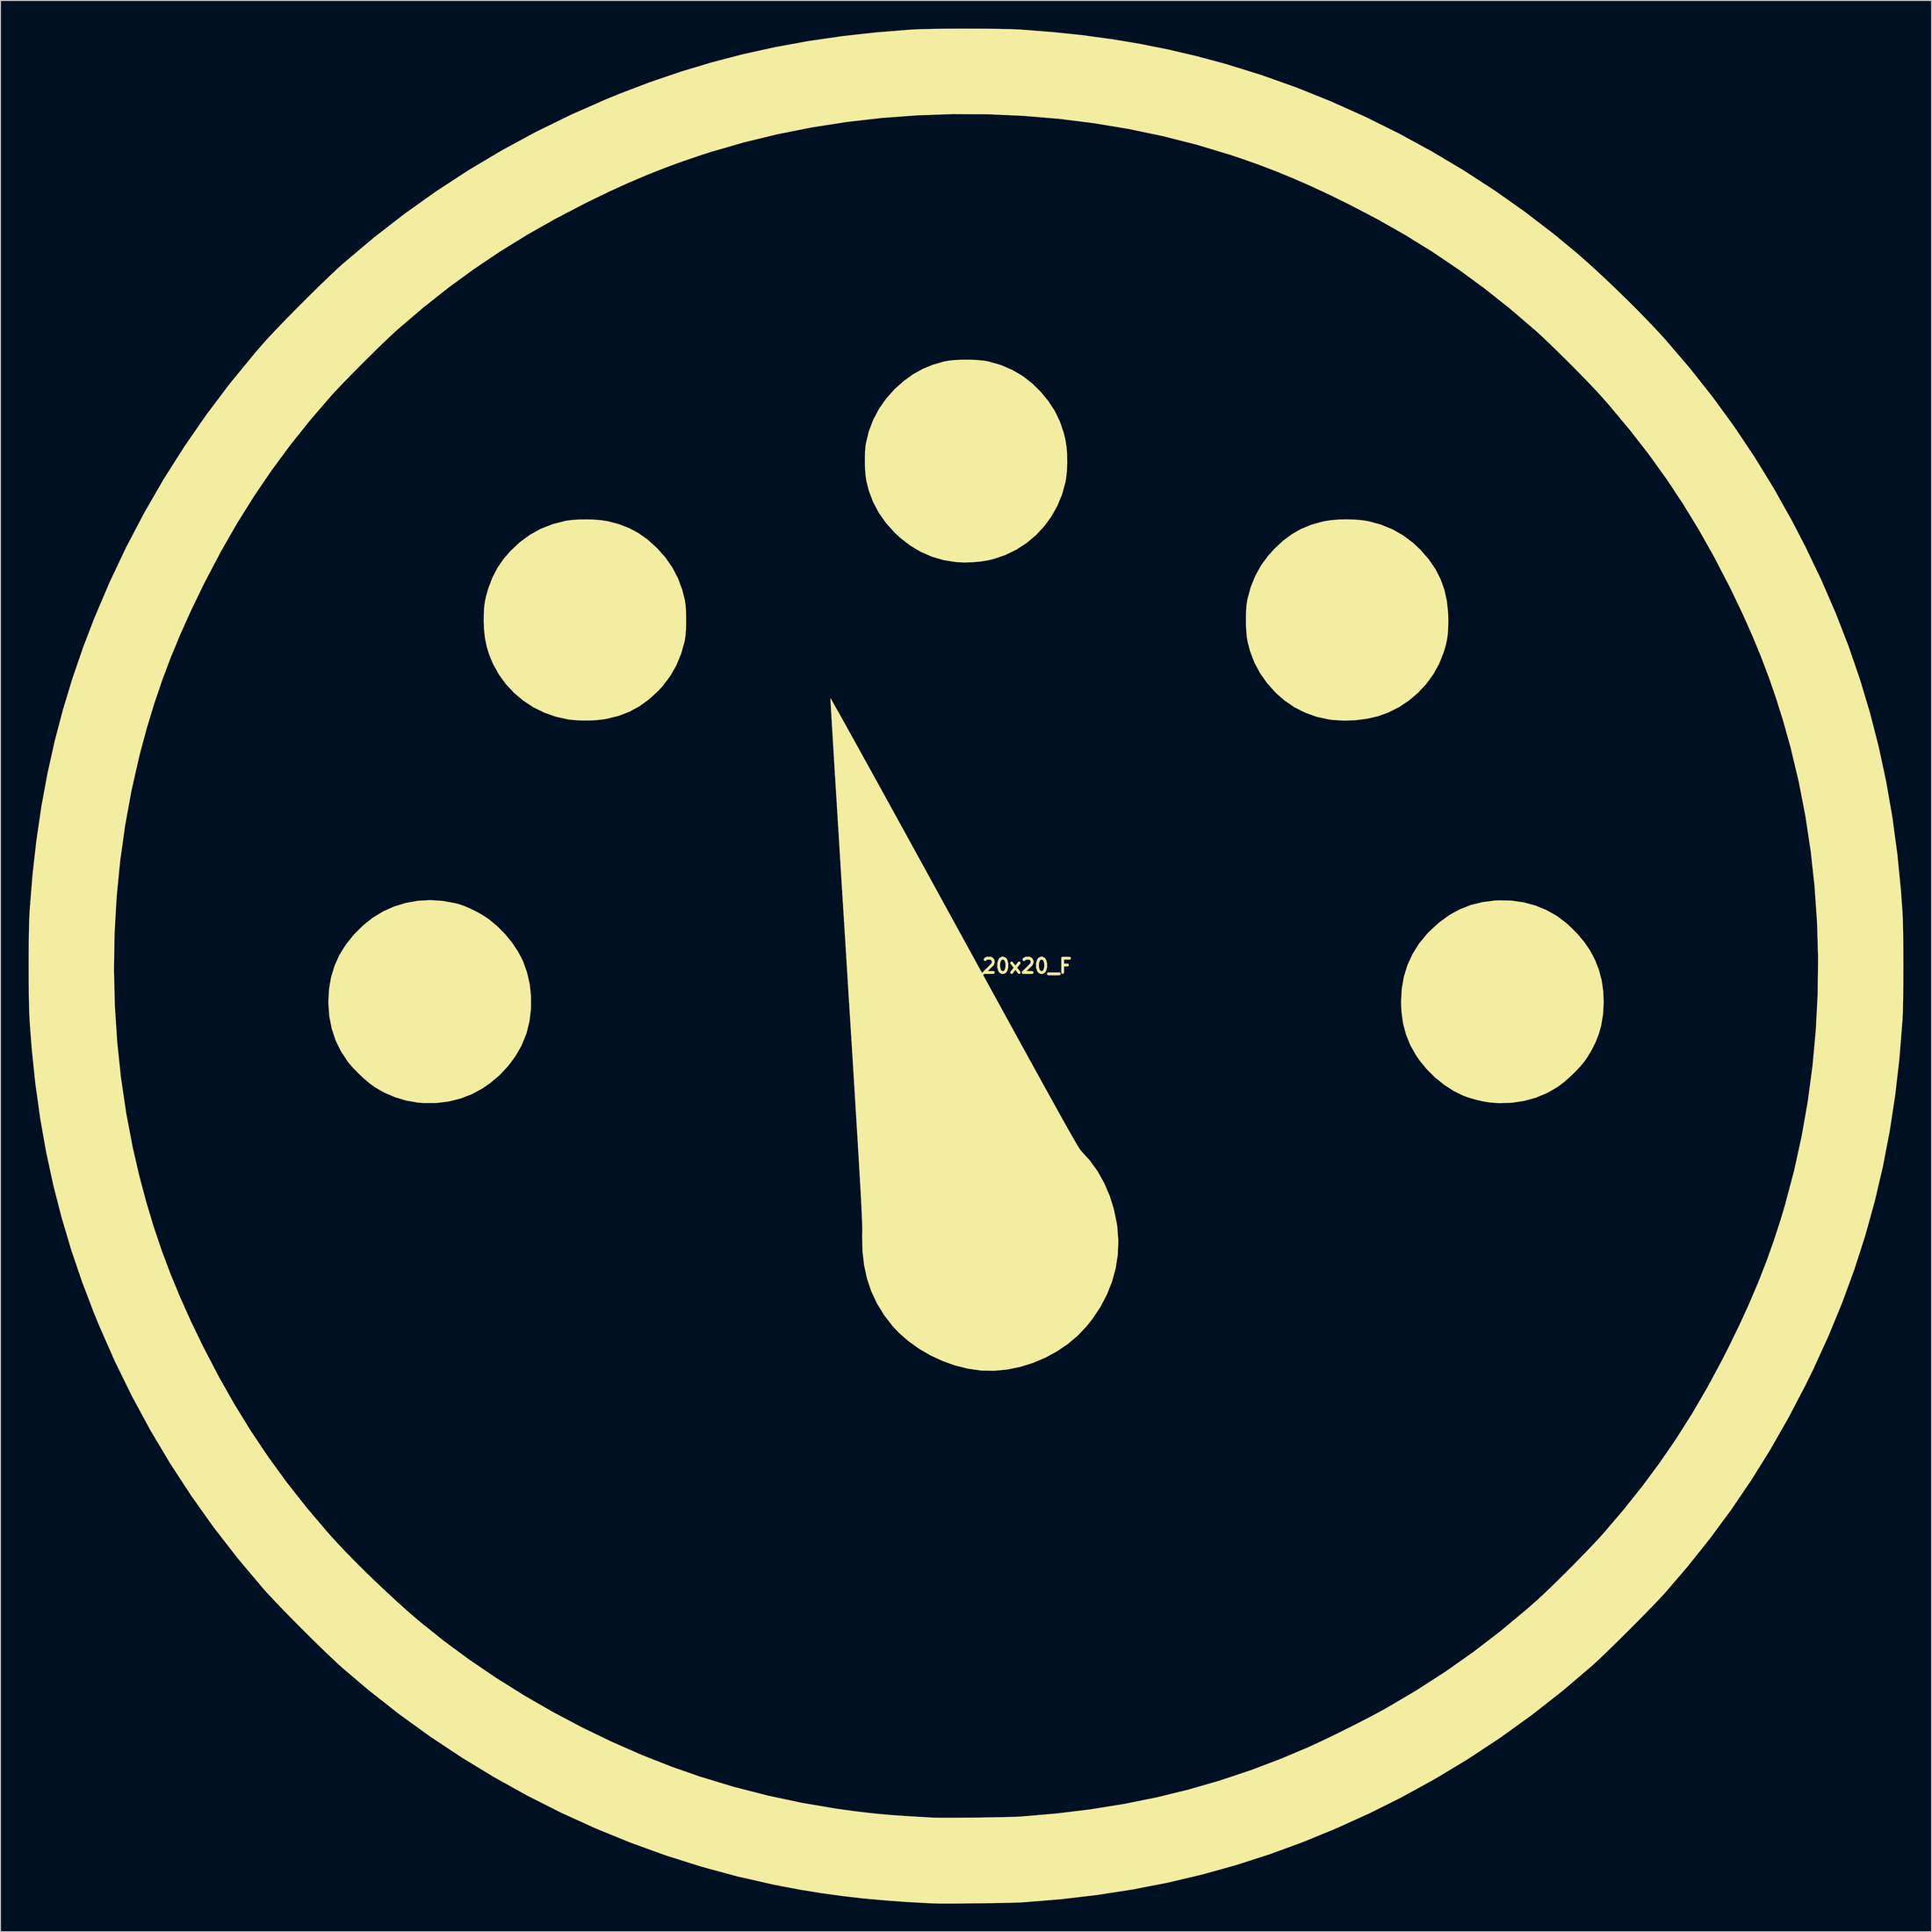
<source format=kicad_pcb>
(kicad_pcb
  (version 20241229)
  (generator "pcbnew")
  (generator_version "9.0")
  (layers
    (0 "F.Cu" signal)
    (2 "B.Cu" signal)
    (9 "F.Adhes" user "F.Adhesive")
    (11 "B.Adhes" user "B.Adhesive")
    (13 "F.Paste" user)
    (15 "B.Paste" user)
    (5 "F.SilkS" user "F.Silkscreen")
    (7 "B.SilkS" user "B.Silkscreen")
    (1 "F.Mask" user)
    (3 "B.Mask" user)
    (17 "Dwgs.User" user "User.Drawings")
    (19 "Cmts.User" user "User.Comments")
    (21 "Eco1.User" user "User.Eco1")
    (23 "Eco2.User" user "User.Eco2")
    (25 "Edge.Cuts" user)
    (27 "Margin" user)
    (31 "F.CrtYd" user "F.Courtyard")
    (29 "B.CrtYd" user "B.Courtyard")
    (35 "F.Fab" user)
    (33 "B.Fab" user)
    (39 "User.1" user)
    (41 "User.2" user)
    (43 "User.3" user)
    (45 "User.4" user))
  (footprint "dashboard_20x20_F"
    (layer "F.Cu")
    (at 99.95 99.95)
    (property "Reference" "dashboard_20x20_F" (at 0 0 0) (layer "F.SilkS") (effects (font (size 1.524 1.524) (thickness 0.3))))
    (attr through_hole)
    (fp_poly (pts (xy -55.833 -6.945) (xy -54.498 -6.706) (xy -54.102 -6.604) (xy -53.534 -6.412) (xy -52.888 -6.137) (xy -52.215 -5.805) (xy -51.568 -5.442) (xy -50.997 -5.073) (xy -50.88 -4.988) (xy -49.984 -4.247) (xy -49.146 -3.399) (xy -48.394 -2.479) (xy -47.755 -1.519) (xy -47.254 -0.551) (xy -47.231 -0.499) (xy -46.803 0.702) (xy -46.518 1.966) (xy -46.379 3.266) (xy -46.387 4.573) (xy -46.543 5.861) (xy -46.847 7.103) (xy -46.91 7.294) (xy -47.394 8.472) (xy -48.031 9.594) (xy -48.809 10.646) (xy -49.715 11.614) (xy -50.738 12.482) (xy -51.564 13.052) (xy -52.689 13.661) (xy -53.891 14.125) (xy -55.154 14.44) (xy -56.463 14.603) (xy -57.803 14.611) (xy -58.518 14.551) (xy -59.706 14.339) (xy -60.888 13.982) (xy -62.019 13.498) (xy -63.048 12.906) (xy -63.578 12.518) (xy -64.158 12.03) (xy -64.746 11.483) (xy -65.298 10.919) (xy -65.771 10.379) (xy -65.931 10.175) (xy -66.65 9.082) (xy -67.215 7.918) (xy -67.627 6.684) (xy -67.883 5.384) (xy -67.985 4.02) (xy -67.987 3.81) (xy -67.914 2.451) (xy -67.693 1.167) (xy -67.321 -0.049) (xy -66.795 -1.201) (xy -66.113 -2.297) (xy -65.271 -3.343) (xy -64.28 -4.334) (xy -63.261 -5.146) (xy -62.158 -5.816) (xy -60.983 -6.342) (xy -59.75 -6.721) (xy -58.472 -6.95) (xy -57.162 -7.026) (xy -55.833 -6.945)) (stroke (width 0.01) (type solid)) (fill yes) (layer "F.SilkS"))
    (fp_poly (pts (xy 58.157 -6.972) (xy 59.46 -6.786) (xy 60.71 -6.447) (xy 61.895 -5.961) (xy 63.004 -5.331) (xy 64.024 -4.56) (xy 64.269 -4.342) (xy 65.179 -3.437) (xy 65.938 -2.534) (xy 66.563 -1.609) (xy 67.071 -0.636) (xy 67.473 0.391) (xy 67.769 1.509) (xy 67.941 2.703) (xy 67.99 3.934) (xy 67.916 5.161) (xy 67.718 6.345) (xy 67.471 7.237) (xy 67.143 8.072) (xy 66.72 8.929) (xy 66.24 9.734) (xy 65.931 10.175) (xy 65.503 10.693) (xy 64.978 11.253) (xy 64.4 11.812) (xy 63.811 12.328) (xy 63.255 12.763) (xy 63.048 12.906) (xy 61.939 13.542) (xy 60.749 14.035) (xy 59.496 14.382) (xy 58.195 14.579) (xy 56.865 14.621) (xy 55.867 14.551) (xy 55.147 14.436) (xy 54.365 14.256) (xy 53.599 14.031) (xy 52.974 13.802) (xy 51.971 13.304) (xy 50.983 12.663) (xy 50.038 11.901) (xy 49.166 11.043) (xy 48.393 10.113) (xy 47.985 9.525) (xy 47.372 8.43) (xy 46.909 7.289) (xy 46.594 6.087) (xy 46.422 4.81) (xy 46.385 3.81) (xy 46.461 2.431) (xy 46.689 1.126) (xy 47.07 -0.108) (xy 47.606 -1.275) (xy 48.297 -2.375) (xy 49.146 -3.413) (xy 49.428 -3.71) (xy 50.45 -4.647) (xy 51.516 -5.422) (xy 52.635 -6.039) (xy 53.816 -6.502) (xy 55.066 -6.814) (xy 56.395 -6.98) (xy 56.811 -7.002) (xy 58.157 -6.972)) (stroke (width 0.01) (type solid)) (fill yes) (layer "F.SilkS"))
    (fp_poly (pts (xy 41.409 -47.602) (xy 42.213 -47.535) (xy 42.903 -47.425) (xy 44.226 -47.065) (xy 45.456 -46.564) (xy 46.596 -45.92) (xy 47.65 -45.13) (xy 48.453 -44.375) (xy 49.323 -43.375) (xy 50.034 -42.34) (xy 50.593 -41.254) (xy 51.005 -40.106) (xy 51.274 -38.882) (xy 51.407 -37.569) (xy 51.423 -36.83) (xy 51.409 -36.075) (xy 51.368 -35.434) (xy 51.291 -34.856) (xy 51.17 -34.287) (xy 50.997 -33.674) (xy 50.911 -33.401) (xy 50.443 -32.228) (xy 49.828 -31.119) (xy 49.08 -30.091) (xy 48.214 -29.155) (xy 47.243 -28.325) (xy 46.182 -27.616) (xy 45.045 -27.041) (xy 43.899 -26.629) (xy 42.77 -26.369) (xy 41.563 -26.213) (xy 40.334 -26.167) (xy 39.142 -26.232) (xy 38.661 -26.295) (xy 37.379 -26.578) (xy 36.157 -27.015) (xy 35.007 -27.599) (xy 33.942 -28.325) (xy 33.047 -29.114) (xy 32.127 -30.133) (xy 31.364 -31.209) (xy 30.752 -32.351) (xy 30.287 -33.571) (xy 30.029 -34.544) (xy 29.941 -35.083) (xy 29.88 -35.737) (xy 29.847 -36.458) (xy 29.842 -37.2) (xy 29.865 -37.916) (xy 29.918 -38.559) (xy 29.999 -39.084) (xy 30.001 -39.096) (xy 30.359 -40.405) (xy 30.844 -41.609) (xy 31.467 -42.725) (xy 32.234 -43.768) (xy 32.925 -44.527) (xy 33.835 -45.366) (xy 34.762 -46.054) (xy 35.737 -46.606) (xy 36.789 -47.039) (xy 37.95 -47.369) (xy 38.201 -47.426) (xy 38.894 -47.536) (xy 39.695 -47.602) (xy 40.552 -47.624) (xy 41.409 -47.602)) (stroke (width 0.01) (type solid)) (fill yes) (layer "F.SilkS"))
    (fp_poly (pts (xy 1.083 -64.619) (xy 1.758 -64.562) (xy 2.323 -64.474) (xy 2.413 -64.454) (xy 3.711 -64.076) (xy 4.908 -63.568) (xy 6.012 -62.924) (xy 7.033 -62.138) (xy 7.98 -61.204) (xy 8.794 -60.207) (xy 9.462 -59.18) (xy 9.997 -58.08) (xy 10.406 -56.885) (xy 10.596 -56.111) (xy 10.714 -55.364) (xy 10.779 -54.514) (xy 10.791 -53.619) (xy 10.751 -52.737) (xy 10.658 -51.925) (xy 10.591 -51.562) (xy 10.235 -50.275) (xy 9.732 -49.06) (xy 9.095 -47.926) (xy 8.332 -46.885) (xy 7.455 -45.945) (xy 6.472 -45.118) (xy 5.395 -44.414) (xy 4.234 -43.843) (xy 2.998 -43.416) (xy 2.413 -43.272) (xy 1.602 -43.136) (xy 0.704 -43.055) (xy -0.205 -43.031) (xy -1.052 -43.069) (xy -1.058 -43.07) (xy -2.357 -43.272) (xy -3.609 -43.634) (xy -4.807 -44.155) (xy -5.946 -44.831) (xy -7.017 -45.658) (xy -7.623 -46.225) (xy -8.544 -47.253) (xy -9.306 -48.341) (xy -9.915 -49.495) (xy -10.372 -50.72) (xy -10.638 -51.793) (xy -10.709 -52.29) (xy -10.758 -52.902) (xy -10.783 -53.578) (xy -10.784 -54.266) (xy -10.76 -54.917) (xy -10.712 -55.477) (xy -10.677 -55.711) (xy -10.365 -56.997) (xy -9.894 -58.233) (xy -9.275 -59.404) (xy -8.512 -60.5) (xy -7.615 -61.508) (xy -6.601 -62.407) (xy -5.617 -63.108) (xy -4.612 -63.668) (xy -3.543 -64.107) (xy -2.368 -64.447) (xy -2.328 -64.456) (xy -1.795 -64.549) (xy -1.141 -64.612) (xy -0.413 -64.644) (xy 0.344 -64.647) (xy 1.083 -64.619)) (stroke (width 0.01) (type solid)) (fill yes) (layer "F.SilkS"))
    (fp_poly (pts (xy -39.626 -47.594) (xy -38.878 -47.531) (xy -38.238 -47.432) (xy -38.201 -47.424) (xy -36.997 -47.107) (xy -35.906 -46.684) (xy -34.898 -46.14) (xy -33.944 -45.459) (xy -33.017 -44.626) (xy -32.972 -44.581) (xy -32.076 -43.581) (xy -31.332 -42.517) (xy -30.732 -41.376) (xy -30.27 -40.144) (xy -29.995 -39.09) (xy -29.919 -38.605) (xy -29.868 -37.998) (xy -29.842 -37.315) (xy -29.84 -36.603) (xy -29.862 -35.907) (xy -29.909 -35.273) (xy -29.981 -34.747) (xy -30.004 -34.629) (xy -30.375 -33.304) (xy -30.891 -32.062) (xy -31.549 -30.91) (xy -32.347 -29.852) (xy -32.836 -29.32) (xy -33.811 -28.428) (xy -34.829 -27.694) (xy -35.907 -27.111) (xy -37.06 -26.67) (xy -38.304 -26.363) (xy -38.746 -26.289) (xy -39.416 -26.216) (xy -40.178 -26.18) (xy -40.971 -26.18) (xy -41.728 -26.216) (xy -42.388 -26.287) (xy -42.418 -26.292) (xy -43.725 -26.581) (xy -44.968 -27.018) (xy -46.135 -27.596) (xy -47.216 -28.304) (xy -48.2 -29.134) (xy -49.075 -30.077) (xy -49.831 -31.123) (xy -50.456 -32.264) (xy -50.83 -33.17) (xy -51.109 -34.073) (xy -51.296 -34.993) (xy -51.398 -35.979) (xy -51.424 -36.83) (xy -51.416 -37.596) (xy -51.376 -38.248) (xy -51.298 -38.841) (xy -51.173 -39.429) (xy -50.994 -40.064) (xy -50.919 -40.301) (xy -50.492 -41.427) (xy -49.964 -42.445) (xy -49.311 -43.395) (xy -48.576 -44.247) (xy -47.577 -45.185) (xy -46.496 -45.975) (xy -45.335 -46.616) (xy -44.095 -47.107) (xy -42.776 -47.448) (xy -42.635 -47.475) (xy -41.988 -47.561) (xy -41.235 -47.609) (xy -40.43 -47.62) (xy -39.626 -47.594)) (stroke (width 0.01) (type solid)) (fill yes) (layer "F.SilkS"))
    (fp_poly (pts (xy -14.418 -28.497) (xy -14.297 -28.293) (xy -14.102 -27.951) (xy -13.834 -27.477) (xy -13.498 -26.876) (xy -13.095 -26.154) (xy -12.629 -25.317) (xy -12.103 -24.369) (xy -11.52 -23.317) (xy -10.883 -22.165) (xy -10.195 -20.92) (xy -9.459 -19.586) (xy -8.678 -18.169) (xy -7.856 -16.676) (xy -6.994 -15.11) (xy -6.097 -13.478) (xy -5.167 -11.786) (xy -4.207 -10.038) (xy -3.22 -8.24) (xy -2.21 -6.397) (xy -1.27 -4.683) (xy -0.017 -2.395) (xy 1.158 -0.252) (xy 2.257 1.752) (xy 3.282 3.621) (xy 4.236 5.359) (xy 5.121 6.971) (xy 5.94 8.462) (xy 6.696 9.836) (xy 7.391 11.098) (xy 8.027 12.251) (xy 8.607 13.302) (xy 9.134 14.253) (xy 9.609 15.111) (xy 10.036 15.878) (xy 10.418 16.561) (xy 10.755 17.162) (xy 11.052 17.688) (xy 11.311 18.142) (xy 11.533 18.528) (xy 11.722 18.853) (xy 11.881 19.119) (xy 12.01 19.331) (xy 12.114 19.495) (xy 12.195 19.614) (xy 12.255 19.694) (xy 12.286 19.727) (xy 13.215 20.752) (xy 14.033 21.895) (xy 14.734 23.146) (xy 15.311 24.489) (xy 15.757 25.913) (xy 16.068 27.402) (xy 16.128 27.819) (xy 16.238 29.296) (xy 16.181 30.761) (xy 15.959 32.205) (xy 15.575 33.621) (xy 15.032 35.002) (xy 14.33 36.34) (xy 13.474 37.628) (xy 12.88 38.38) (xy 11.929 39.387) (xy 10.858 40.293) (xy 9.686 41.089) (xy 8.432 41.769) (xy 7.116 42.323) (xy 5.756 42.744) (xy 4.373 43.024) (xy 2.985 43.154) (xy 1.611 43.127) (xy 1.566 43.123) (xy 0.211 42.932) (xy -1.148 42.592) (xy -2.488 42.115) (xy -3.785 41.514) (xy -5.014 40.8) (xy -6.154 39.985) (xy -7.179 39.081) (xy -7.836 38.379) (xy -8.738 37.212) (xy -9.489 35.988) (xy -10.093 34.701) (xy -10.551 33.342) (xy -10.865 31.906) (xy -11.038 30.384) (xy -11.073 28.769) (xy -11.067 28.536) (xy -11.063 28.382) (xy -11.062 28.207) (xy -11.063 28.003) (xy -11.067 27.765) (xy -11.075 27.489) (xy -11.085 27.167) (xy -11.1 26.795) (xy -11.119 26.368) (xy -11.142 25.879) (xy -11.17 25.322) (xy -11.204 24.694) (xy -11.243 23.987) (xy -11.287 23.196) (xy -11.338 22.316) (xy -11.395 21.342) (xy -11.458 20.267) (xy -11.529 19.086) (xy -11.607 17.794) (xy -11.693 16.384) (xy -11.787 14.852) (xy -11.889 13.192) (xy -12 11.398) (xy -12.12 9.464) (xy -12.249 7.386) (xy -12.388 5.157) (xy -12.536 2.773) (xy -12.695 0.227) (xy -12.752 -0.677) (xy -12.886 -2.833) (xy -13.018 -4.946) (xy -13.146 -7.009) (xy -13.271 -9.017) (xy -13.392 -10.963) (xy -13.508 -12.841) (xy -13.619 -14.645) (xy -13.726 -16.368) (xy -13.826 -18.004) (xy -13.921 -19.546) (xy -14.009 -20.989) (xy -14.091 -22.326) (xy -14.166 -23.551) (xy -14.233 -24.658) (xy -14.292 -25.64) (xy -14.343 -26.49) (xy -14.385 -27.204) (xy -14.418 -27.774) (xy -14.442 -28.193) (xy -14.456 -28.457) (xy -14.46 -28.558) (xy -14.46 -28.559) (xy -14.418 -28.497)) (stroke (width 0.01) (type solid)) (fill yes) (layer "F.SilkS"))
    (fp_poly (pts (xy 1.202 -99.942) (xy 2.226 -99.935) (xy 3.196 -99.923) (xy 4.089 -99.906) (xy 4.88 -99.885) (xy 5.544 -99.859) (xy 5.927 -99.838) (xy 9.266 -99.577) (xy 12.479 -99.238) (xy 15.589 -98.817) (xy 18.622 -98.309) (xy 21.603 -97.711) (xy 24.557 -97.018) (xy 27.51 -96.227) (xy 27.823 -96.137) (xy 31.548 -94.979) (xy 35.253 -93.657) (xy 38.926 -92.18) (xy 42.554 -90.552) (xy 46.127 -88.78) (xy 49.632 -86.871) (xy 53.058 -84.832) (xy 56.393 -82.667) (xy 59.625 -80.384) (xy 62.742 -77.989) (xy 65.113 -76.025) (xy 66.116 -75.147) (xy 67.189 -74.176) (xy 68.307 -73.134) (xy 69.446 -72.048) (xy 70.578 -70.941) (xy 71.681 -69.838) (xy 72.728 -68.764) (xy 73.695 -67.742) (xy 74.556 -66.799) (xy 74.629 -66.717) (xy 77.197 -63.714) (xy 79.62 -60.65) (xy 81.907 -57.51) (xy 84.068 -54.28) (xy 86.113 -50.947) (xy 88.05 -47.495) (xy 89.497 -44.704) (xy 91.182 -41.183) (xy 92.711 -37.659) (xy 94.087 -34.121) (xy 95.312 -30.557) (xy 96.391 -26.956) (xy 97.326 -23.306) (xy 98.119 -19.596) (xy 98.775 -15.815) (xy 99.296 -11.95) (xy 99.686 -7.991) (xy 99.838 -5.884) (xy 99.867 -5.309) (xy 99.891 -4.589) (xy 99.911 -3.751) (xy 99.926 -2.819) (xy 99.936 -1.818) (xy 99.942 -0.774) (xy 99.943 0.289) (xy 99.94 1.345) (xy 99.931 2.369) (xy 99.918 3.335) (xy 99.901 4.22) (xy 99.879 4.997) (xy 99.852 5.641) (xy 99.838 5.884) (xy 99.515 9.902) (xy 99.062 13.819) (xy 98.476 17.647) (xy 97.752 21.399) (xy 96.889 25.084) (xy 95.883 28.715) (xy 94.731 32.302) (xy 93.431 35.857) (xy 91.979 39.391) (xy 90.372 42.916) (xy 89.497 44.704) (xy 87.669 48.199) (xy 85.749 51.563) (xy 83.724 54.814) (xy 81.583 57.97) (xy 79.313 61.049) (xy 76.901 64.07) (xy 74.631 66.717) (xy 74.253 67.134) (xy 73.769 67.65) (xy 73.199 68.245) (xy 72.562 68.903) (xy 71.874 69.604) (xy 71.154 70.33) (xy 70.421 71.063) (xy 69.693 71.786) (xy 68.988 72.479) (xy 68.324 73.124) (xy 67.72 73.703) (xy 67.193 74.199) (xy 66.762 74.592) (xy 66.717 74.632) (xy 63.541 77.333) (xy 60.272 79.893) (xy 56.914 82.31) (xy 53.466 84.583) (xy 49.932 86.711) (xy 46.313 88.693) (xy 43.011 90.338) (xy 39.464 91.949) (xy 35.919 93.404) (xy 32.364 94.706) (xy 28.785 95.859) (xy 25.17 96.867) (xy 21.506 97.731) (xy 17.781 98.456) (xy 13.98 99.045) (xy 10.093 99.501) (xy 6.138 99.825) (xy 5.783 99.843) (xy 5.285 99.861) (xy 4.667 99.878) (xy 3.951 99.894) (xy 3.162 99.909) (xy 2.321 99.922) (xy 1.453 99.934) (xy 0.579 99.944) (xy -0.276 99.952) (xy -1.09 99.957) (xy -1.84 99.959) (xy -2.503 99.958) (xy -3.055 99.954) (xy -3.474 99.946) (xy -3.641 99.941) (xy -6.205 99.801) (xy -8.631 99.627) (xy -10.95 99.414) (xy -13.189 99.158) (xy -15.378 98.857) (xy -17.546 98.506) (xy -19.722 98.103) (xy -20.489 97.949) (xy -24.359 97.072) (xy -28.199 96.031) (xy -32.005 94.828) (xy -35.769 93.467) (xy -39.485 91.951) (xy -43.147 90.283) (xy -46.749 88.467) (xy -50.283 86.505) (xy -53.744 84.401) (xy -57.124 82.158) (xy -60.419 79.779) (xy -63.62 77.268) (xy -66.351 74.955) (xy -66.871 74.488) (xy -67.487 73.916) (xy -68.18 73.257) (xy -68.93 72.532) (xy -69.719 71.759) (xy -70.528 70.957) (xy -71.337 70.146) (xy -72.128 69.344) (xy -72.881 68.57) (xy -73.577 67.845) (xy -74.197 67.186) (xy -74.723 66.613) (xy -74.955 66.351) (xy -77.641 63.164) (xy -80.185 59.884) (xy -82.587 56.512) (xy -84.846 53.049) (xy -86.962 49.497) (xy -88.933 45.856) (xy -90.76 42.127) (xy -92.442 38.311) (xy -92.955 37.056) (xy -94.252 33.654) (xy -95.409 30.246) (xy -96.43 26.814) (xy -97.319 23.344) (xy -98.08 19.82) (xy -98.714 16.228) (xy -99.227 12.551) (xy -99.62 8.775) (xy -99.838 5.884) (xy -99.867 5.314) (xy -99.892 4.6) (xy -99.912 3.768) (xy -99.927 2.843) (xy -99.937 1.849) (xy -99.943 0.812) (xy -99.944 0.335) (xy -90.848 0.335) (xy -90.757 4.192) (xy -90.511 8.036) (xy -90.11 11.856) (xy -89.554 15.641) (xy -88.843 19.379) (xy -88.138 22.423) (xy -87.423 25.107) (xy -86.642 27.711) (xy -85.783 30.265) (xy -84.834 32.799) (xy -83.784 35.344) (xy -82.623 37.93) (xy -81.338 40.588) (xy -81.312 40.64) (xy -79.684 43.764) (xy -77.995 46.748) (xy -76.229 49.614) (xy -74.37 52.385) (xy -72.404 55.085) (xy -70.315 57.734) (xy -68.087 60.357) (xy -67.763 60.724) (xy -66.978 61.585) (xy -66.083 62.528) (xy -65.103 63.529) (xy -64.059 64.566) (xy -62.977 65.616) (xy -61.879 66.656) (xy -60.79 67.663) (xy -59.734 68.614) (xy -58.733 69.487) (xy -58.293 69.86) (xy -55.688 71.951) (xy -52.943 73.974) (xy -50.075 75.92) (xy -47.105 77.778) (xy -44.051 79.537) (xy -40.932 81.188) (xy -37.767 82.718) (xy -34.574 84.119) (xy -31.373 85.379) (xy -28.363 86.43) (xy -24.792 87.512) (xy -21.152 88.448) (xy -17.466 89.232) (xy -13.761 89.858) (xy -11.811 90.122) (xy -11.003 90.22) (xy -10.249 90.307) (xy -9.522 90.383) (xy -8.797 90.452) (xy -8.047 90.516) (xy -7.248 90.576) (xy -6.372 90.635) (xy -5.395 90.694) (xy -4.289 90.757) (xy -3.556 90.797) (xy -3.248 90.807) (xy -2.793 90.814) (xy -2.214 90.816) (xy -1.535 90.816) (xy -0.779 90.812) (xy 0.033 90.806) (xy 0.876 90.798) (xy 1.728 90.787) (xy 2.567 90.774) (xy 3.368 90.76) (xy 4.11 90.744) (xy 4.769 90.727) (xy 5.323 90.71) (xy 5.749 90.692) (xy 5.927 90.681) (xy 9.669 90.358) (xy 13.304 89.914) (xy 16.844 89.344) (xy 20.305 88.647) (xy 23.698 87.818) (xy 27.038 86.854) (xy 30.338 85.753) (xy 33.612 84.51) (xy 36.364 83.349) (xy 37.149 82.994) (xy 38.044 82.576) (xy 39.017 82.108) (xy 40.035 81.609) (xy 41.067 81.094) (xy 42.079 80.58) (xy 43.041 80.081) (xy 43.919 79.615) (xy 44.682 79.198) (xy 44.831 79.114) (xy 48.025 77.23) (xy 51.095 75.25) (xy 54.064 73.16) (xy 56.956 70.941) (xy 59.794 68.577) (xy 60.791 67.702) (xy 61.273 67.262) (xy 61.85 66.718) (xy 62.5 66.092) (xy 63.202 65.405) (xy 63.936 64.677) (xy 64.68 63.931) (xy 65.413 63.185) (xy 66.116 62.463) (xy 66.766 61.784) (xy 67.343 61.17) (xy 67.827 60.642) (xy 67.996 60.452) (xy 70.127 57.951) (xy 72.117 55.455) (xy 73.982 52.937) (xy 75.741 50.372) (xy 77.411 47.733) (xy 79.009 44.992) (xy 80.555 42.124) (xy 81.311 40.64) (xy 82.47 38.257) (xy 83.519 35.959) (xy 84.471 33.718) (xy 85.338 31.501) (xy 86.131 29.278) (xy 86.864 27.017) (xy 87.33 25.455) (xy 88.291 21.827) (xy 89.099 18.141) (xy 89.755 14.405) (xy 90.257 10.632) (xy 90.607 6.83) (xy 90.803 3.01) (xy 90.848 -0.817) (xy 90.739 -4.64) (xy 90.478 -8.45) (xy 90.064 -12.236) (xy 89.498 -15.988) (xy 88.779 -19.695) (xy 87.907 -23.346) (xy 87.118 -26.162) (xy 86.393 -28.474) (xy 85.618 -30.722) (xy 84.78 -32.941) (xy 83.865 -35.164) (xy 82.859 -37.424) (xy 81.75 -39.756) (xy 81.312 -40.64) (xy 79.744 -43.656) (xy 78.125 -46.532) (xy 76.437 -49.292) (xy 74.664 -51.963) (xy 72.788 -54.57) (xy 70.792 -57.137) (xy 68.659 -59.692) (xy 67.768 -60.71) (xy 67.343 -61.178) (xy 66.815 -61.742) (xy 66.205 -62.378) (xy 65.534 -63.068) (xy 64.823 -63.789) (xy 64.093 -64.52) (xy 63.365 -65.242) (xy 62.66 -65.932) (xy 61.999 -66.57) (xy 61.402 -67.135) (xy 60.892 -67.605) (xy 60.71 -67.768) (xy 58.019 -70.071) (xy 55.312 -72.222) (xy 52.565 -74.238) (xy 49.755 -76.136) (xy 46.855 -77.932) (xy 43.844 -79.642) (xy 40.725 -81.268) (xy 38.718 -82.251) (xy 36.809 -83.141) (xy 34.964 -83.953) (xy 33.149 -84.699) (xy 31.332 -85.396) (xy 29.478 -86.055) (xy 28.109 -86.513) (xy 24.584 -87.575) (xy 20.989 -88.488) (xy 17.335 -89.252) (xy 13.634 -89.866) (xy 9.895 -90.332) (xy 6.129 -90.649) (xy 2.346 -90.816) (xy -1.443 -90.834) (xy -5.227 -90.703) (xy -8.997 -90.423) (xy -12.741 -89.994) (xy -16.45 -89.416) (xy -20.112 -88.689) (xy -23.718 -87.812) (xy -27.257 -86.786) (xy -28.109 -86.513) (xy -30.124 -85.831) (xy -32.073 -85.117) (xy -33.995 -84.358) (xy -35.925 -83.537) (xy -37.898 -82.641) (xy -39.952 -81.653) (xy -40.64 -81.312) (xy -43.795 -79.668) (xy -46.809 -77.959) (xy -49.705 -76.171) (xy -52.503 -74.289) (xy -55.227 -72.299) (xy -57.895 -70.186) (xy -60.532 -67.936) (xy -60.706 -67.781) (xy -61.133 -67.392) (xy -61.656 -66.901) (xy -62.255 -66.326) (xy -62.91 -65.689) (xy -63.6 -65.009) (xy -64.306 -64.306) (xy -65.007 -63.602) (xy -65.684 -62.915) (xy -66.316 -62.266) (xy -66.882 -61.675) (xy -67.364 -61.162) (xy -67.702 -60.791) (xy -69.957 -58.167) (xy -72.072 -55.52) (xy -74.061 -52.825) (xy -75.939 -50.061) (xy -77.723 -47.205) (xy -79.427 -44.236) (xy -81.065 -41.129) (xy -81.312 -40.64) (xy -82.59 -38.001) (xy -83.745 -35.436) (xy -84.79 -32.913) (xy -85.734 -30.403) (xy -86.59 -27.875) (xy -87.369 -25.298) (xy -88.083 -22.642) (xy -88.138 -22.423) (xy -88.977 -18.733) (xy -89.661 -14.986) (xy -90.19 -11.195) (xy -90.565 -7.37) (xy -90.784 -3.522) (xy -90.848 0.335) (xy -99.944 0.335) (xy -99.945 -0.245) (xy -99.941 -1.296) (xy -99.934 -2.317) (xy -99.921 -3.283) (xy -99.904 -4.168) (xy -99.882 -4.95) (xy -99.856 -5.602) (xy -99.838 -5.927) (xy -99.531 -9.734) (xy -99.114 -13.426) (xy -98.584 -17.017) (xy -97.937 -20.526) (xy -97.17 -23.966) (xy -96.279 -27.355) (xy -95.261 -30.709) (xy -94.111 -34.044) (xy -92.956 -37.056) (xy -91.321 -40.9) (xy -89.541 -44.658) (xy -87.616 -48.328) (xy -85.547 -51.909) (xy -83.334 -55.401) (xy -80.979 -58.802) (xy -78.481 -62.112) (xy -75.841 -65.33) (xy -74.955 -66.351) (xy -74.488 -66.871) (xy -73.916 -67.487) (xy -73.257 -68.18) (xy -72.532 -68.93) (xy -71.759 -69.719) (xy -70.957 -70.528) (xy -70.146 -71.337) (xy -69.344 -72.128) (xy -68.57 -72.881) (xy -67.845 -73.577) (xy -67.186 -74.197) (xy -66.613 -74.723) (xy -66.351 -74.955) (xy -63.163 -77.642) (xy -59.884 -80.186) (xy -56.513 -82.588) (xy -53.051 -84.846) (xy -49.5 -86.961) (xy -45.86 -88.932) (xy -42.131 -90.758) (xy -38.315 -92.44) (xy -37.056 -92.955) (xy -33.742 -94.22) (xy -30.427 -95.352) (xy -27.091 -96.354) (xy -23.721 -97.23) (xy -20.298 -97.984) (xy -16.806 -98.619) (xy -13.23 -99.139) (xy -9.553 -99.548) (xy -5.927 -99.838) (xy -5.369 -99.867) (xy -4.666 -99.891) (xy -3.844 -99.911) (xy -2.926 -99.927) (xy -1.938 -99.937) (xy -0.904 -99.944) (xy 0.151 -99.945) (xy 1.202 -99.942)) (stroke (width 0.01) (type solid)) (fill yes) (layer "F.SilkS")))
  (gr_rect
    (start -3 -3)
    (end 202.898 202.914)
    (stroke (width 0.1) (type default))
    (fill no)
    (layer "Edge.Cuts")))
</source>
